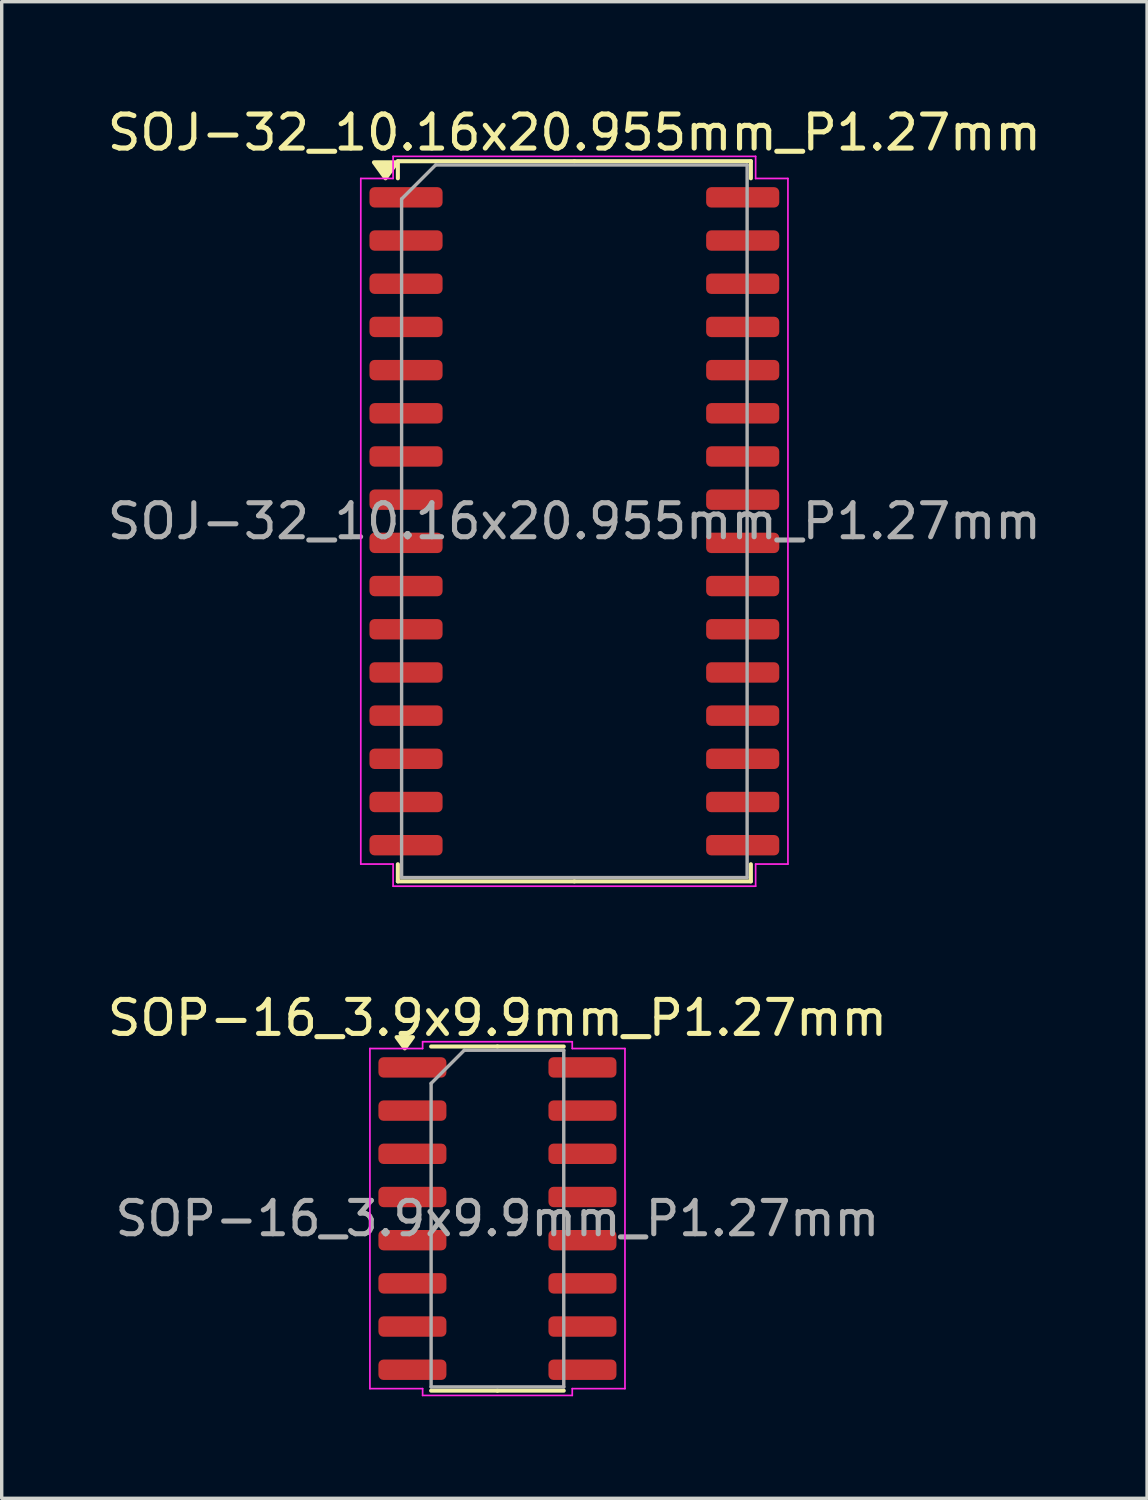
<source format=kicad_pcb>
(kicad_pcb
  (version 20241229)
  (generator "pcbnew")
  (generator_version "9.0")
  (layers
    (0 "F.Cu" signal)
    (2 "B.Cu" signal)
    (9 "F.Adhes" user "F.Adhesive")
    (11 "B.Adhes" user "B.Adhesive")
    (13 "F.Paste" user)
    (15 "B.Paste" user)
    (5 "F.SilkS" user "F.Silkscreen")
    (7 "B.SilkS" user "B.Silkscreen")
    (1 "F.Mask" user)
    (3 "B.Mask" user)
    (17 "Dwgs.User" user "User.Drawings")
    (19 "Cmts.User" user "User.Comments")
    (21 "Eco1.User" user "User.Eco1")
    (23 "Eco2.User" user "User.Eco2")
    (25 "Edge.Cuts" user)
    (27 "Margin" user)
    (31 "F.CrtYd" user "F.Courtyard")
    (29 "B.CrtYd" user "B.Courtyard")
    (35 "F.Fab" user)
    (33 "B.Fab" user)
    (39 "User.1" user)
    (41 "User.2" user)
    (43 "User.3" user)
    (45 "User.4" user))
  (footprint "SOJ-32_10.16x20.955mm_P1.27mm"
    (layer "F.Cu")
    (at 13.839 12.278)
    (property "Reference" "SOJ-32_10.16x20.955mm_P1.27mm" (at 0 -11.43 0) (layer "F.SilkS") (effects (font (size 1 1) (thickness 0.15))))
    (attr smd)
    (fp_line (start -5.19 -10.588) (end -5.19 -10.085) (stroke (width 0.12) (type solid)) (layer "F.SilkS"))
    (fp_line (start -5.19 10.588) (end -5.19 10.085) (stroke (width 0.12) (type solid)) (layer "F.SilkS"))
    (fp_line (start 0 -10.588) (end -5.19 -10.588) (stroke (width 0.12) (type solid)) (layer "F.SilkS"))
    (fp_line (start 0 -10.588) (end 5.19 -10.588) (stroke (width 0.12) (type solid)) (layer "F.SilkS"))
    (fp_line (start 0 10.588) (end -5.19 10.588) (stroke (width 0.12) (type solid)) (layer "F.SilkS"))
    (fp_line (start 0 10.588) (end 5.19 10.588) (stroke (width 0.12) (type solid)) (layer "F.SilkS"))
    (fp_line (start 5.19 -10.588) (end 5.19 -10.085) (stroke (width 0.12) (type solid)) (layer "F.SilkS"))
    (fp_line (start 5.19 10.588) (end 5.19 10.085) (stroke (width 0.12) (type solid)) (layer "F.SilkS"))
    (fp_poly (pts (xy -5.553 -10.085) (xy -5.893 -10.555) (xy -5.213 -10.555)) (stroke (width 0.12) (type solid)) (fill yes) (layer "F.SilkS"))
    (fp_line (start -6.28 -10.08) (end -5.33 -10.08) (stroke (width 0.05) (type solid)) (layer "F.CrtYd"))
    (fp_line (start -6.28 10.08) (end -6.28 -10.08) (stroke (width 0.05) (type solid)) (layer "F.CrtYd"))
    (fp_line (start -5.33 -10.73) (end 5.33 -10.73) (stroke (width 0.05) (type solid)) (layer "F.CrtYd"))
    (fp_line (start -5.33 -10.08) (end -5.33 -10.73) (stroke (width 0.05) (type solid)) (layer "F.CrtYd"))
    (fp_line (start -5.33 10.08) (end -6.28 10.08) (stroke (width 0.05) (type solid)) (layer "F.CrtYd"))
    (fp_line (start -5.33 10.73) (end -5.33 10.08) (stroke (width 0.05) (type solid)) (layer "F.CrtYd"))
    (fp_line (start 5.33 -10.73) (end 5.33 -10.08) (stroke (width 0.05) (type solid)) (layer "F.CrtYd"))
    (fp_line (start 5.33 -10.08) (end 6.28 -10.08) (stroke (width 0.05) (type solid)) (layer "F.CrtYd"))
    (fp_line (start 5.33 10.08) (end 5.33 10.73) (stroke (width 0.05) (type solid)) (layer "F.CrtYd"))
    (fp_line (start 5.33 10.73) (end -5.33 10.73) (stroke (width 0.05) (type solid)) (layer "F.CrtYd"))
    (fp_line (start 6.28 -10.08) (end 6.28 10.08) (stroke (width 0.05) (type solid)) (layer "F.CrtYd"))
    (fp_line (start 6.28 10.08) (end 5.33 10.08) (stroke (width 0.05) (type solid)) (layer "F.CrtYd"))
    (fp_line (start -5.08 -9.477) (end -4.08 -10.477) (stroke (width 0.1) (type solid)) (layer "F.Fab"))
    (fp_line (start -5.08 10.477) (end -5.08 -9.477) (stroke (width 0.1) (type solid)) (layer "F.Fab"))
    (fp_line (start -4.08 -10.477) (end 5.08 -10.477) (stroke (width 0.1) (type solid)) (layer "F.Fab"))
    (fp_line (start 5.08 -10.477) (end 5.08 10.477) (stroke (width 0.1) (type solid)) (layer "F.Fab"))
    (fp_line (start 5.08 10.477) (end -5.08 10.477) (stroke (width 0.1) (type solid)) (layer "F.Fab"))
    (fp_text user "${REFERENCE}" (at 0 0 0) (layer "F.Fab") (effects (font (size 1 1) (thickness 0.15))))
    (pad "1" smd roundrect (at -4.95 -9.525) (size 2.15 0.6) (layers "F.Cu" "F.Mask" "F.Paste") (roundrect_rratio 0.25))
    (pad "2" smd roundrect (at -4.95 -8.255) (size 2.15 0.6) (layers "F.Cu" "F.Mask" "F.Paste") (roundrect_rratio 0.25))
    (pad "3" smd roundrect (at -4.95 -6.985) (size 2.15 0.6) (layers "F.Cu" "F.Mask" "F.Paste") (roundrect_rratio 0.25))
    (pad "4" smd roundrect (at -4.95 -5.715) (size 2.15 0.6) (layers "F.Cu" "F.Mask" "F.Paste") (roundrect_rratio 0.25))
    (pad "5" smd roundrect (at -4.95 -4.445) (size 2.15 0.6) (layers "F.Cu" "F.Mask" "F.Paste") (roundrect_rratio 0.25))
    (pad "6" smd roundrect (at -4.95 -3.175) (size 2.15 0.6) (layers "F.Cu" "F.Mask" "F.Paste") (roundrect_rratio 0.25))
    (pad "7" smd roundrect (at -4.95 -1.905) (size 2.15 0.6) (layers "F.Cu" "F.Mask" "F.Paste") (roundrect_rratio 0.25))
    (pad "8" smd roundrect (at -4.95 -0.635) (size 2.15 0.6) (layers "F.Cu" "F.Mask" "F.Paste") (roundrect_rratio 0.25))
    (pad "9" smd roundrect (at -4.95 0.635) (size 2.15 0.6) (layers "F.Cu" "F.Mask" "F.Paste") (roundrect_rratio 0.25))
    (pad "10" smd roundrect (at -4.95 1.905) (size 2.15 0.6) (layers "F.Cu" "F.Mask" "F.Paste") (roundrect_rratio 0.25))
    (pad "11" smd roundrect (at -4.95 3.175) (size 2.15 0.6) (layers "F.Cu" "F.Mask" "F.Paste") (roundrect_rratio 0.25))
    (pad "12" smd roundrect (at -4.95 4.445) (size 2.15 0.6) (layers "F.Cu" "F.Mask" "F.Paste") (roundrect_rratio 0.25))
    (pad "13" smd roundrect (at -4.95 5.715) (size 2.15 0.6) (layers "F.Cu" "F.Mask" "F.Paste") (roundrect_rratio 0.25))
    (pad "14" smd roundrect (at -4.95 6.985) (size 2.15 0.6) (layers "F.Cu" "F.Mask" "F.Paste") (roundrect_rratio 0.25))
    (pad "15" smd roundrect (at -4.95 8.255) (size 2.15 0.6) (layers "F.Cu" "F.Mask" "F.Paste") (roundrect_rratio 0.25))
    (pad "16" smd roundrect (at -4.95 9.525) (size 2.15 0.6) (layers "F.Cu" "F.Mask" "F.Paste") (roundrect_rratio 0.25))
    (pad "17" smd roundrect (at 4.95 9.525) (size 2.15 0.6) (layers "F.Cu" "F.Mask" "F.Paste") (roundrect_rratio 0.25))
    (pad "18" smd roundrect (at 4.95 8.255) (size 2.15 0.6) (layers "F.Cu" "F.Mask" "F.Paste") (roundrect_rratio 0.25))
    (pad "19" smd roundrect (at 4.95 6.985) (size 2.15 0.6) (layers "F.Cu" "F.Mask" "F.Paste") (roundrect_rratio 0.25))
    (pad "20" smd roundrect (at 4.95 5.715) (size 2.15 0.6) (layers "F.Cu" "F.Mask" "F.Paste") (roundrect_rratio 0.25))
    (pad "21" smd roundrect (at 4.95 4.445) (size 2.15 0.6) (layers "F.Cu" "F.Mask" "F.Paste") (roundrect_rratio 0.25))
    (pad "22" smd roundrect (at 4.95 3.175) (size 2.15 0.6) (layers "F.Cu" "F.Mask" "F.Paste") (roundrect_rratio 0.25))
    (pad "23" smd roundrect (at 4.95 1.905) (size 2.15 0.6) (layers "F.Cu" "F.Mask" "F.Paste") (roundrect_rratio 0.25))
    (pad "24" smd roundrect (at 4.95 0.635) (size 2.15 0.6) (layers "F.Cu" "F.Mask" "F.Paste") (roundrect_rratio 0.25))
    (pad "25" smd roundrect (at 4.95 -0.635) (size 2.15 0.6) (layers "F.Cu" "F.Mask" "F.Paste") (roundrect_rratio 0.25))
    (pad "26" smd roundrect (at 4.95 -1.905) (size 2.15 0.6) (layers "F.Cu" "F.Mask" "F.Paste") (roundrect_rratio 0.25))
    (pad "27" smd roundrect (at 4.95 -3.175) (size 2.15 0.6) (layers "F.Cu" "F.Mask" "F.Paste") (roundrect_rratio 0.25))
    (pad "28" smd roundrect (at 4.95 -4.445) (size 2.15 0.6) (layers "F.Cu" "F.Mask" "F.Paste") (roundrect_rratio 0.25))
    (pad "29" smd roundrect (at 4.95 -5.715) (size 2.15 0.6) (layers "F.Cu" "F.Mask" "F.Paste") (roundrect_rratio 0.25))
    (pad "30" smd roundrect (at 4.95 -6.985) (size 2.15 0.6) (layers "F.Cu" "F.Mask" "F.Paste") (roundrect_rratio 0.25))
    (pad "31" smd roundrect (at 4.95 -8.255) (size 2.15 0.6) (layers "F.Cu" "F.Mask" "F.Paste") (roundrect_rratio 0.25))
    (pad "32" smd roundrect (at 4.95 -9.525) (size 2.15 0.6) (layers "F.Cu" "F.Mask" "F.Paste") (roundrect_rratio 0.25)))
  (footprint "SOP-16_3.9x9.9mm_P1.27mm"
    (layer "F.Cu")
    (at 11.577 32.782)
    (property "Reference" "SOP-16_3.9x9.9mm_P1.27mm" (at 0 -5.9 0) (layer "F.SilkS") (effects (font (size 1 1) (thickness 0.15))))
    (attr smd)
    (fp_line (start 0 -5.06) (end -1.95 -5.06) (stroke (width 0.12) (type solid)) (layer "F.SilkS"))
    (fp_line (start 0 -5.06) (end 1.95 -5.06) (stroke (width 0.12) (type solid)) (layer "F.SilkS"))
    (fp_line (start 0 5.06) (end -1.95 5.06) (stroke (width 0.12) (type solid)) (layer "F.SilkS"))
    (fp_line (start 0 5.06) (end 1.95 5.06) (stroke (width 0.12) (type solid)) (layer "F.SilkS"))
    (fp_poly (pts (xy -2.725 -5.005) (xy -2.965 -5.335) (xy -2.485 -5.335)) (stroke (width 0.12) (type solid)) (fill yes) (layer "F.SilkS"))
    (fp_line (start -3.75 -5) (end -2.2 -5) (stroke (width 0.05) (type solid)) (layer "F.CrtYd"))
    (fp_line (start -3.75 5) (end -3.75 -5) (stroke (width 0.05) (type solid)) (layer "F.CrtYd"))
    (fp_line (start -2.2 -5.2) (end 2.2 -5.2) (stroke (width 0.05) (type solid)) (layer "F.CrtYd"))
    (fp_line (start -2.2 -5) (end -2.2 -5.2) (stroke (width 0.05) (type solid)) (layer "F.CrtYd"))
    (fp_line (start -2.2 5) (end -3.75 5) (stroke (width 0.05) (type solid)) (layer "F.CrtYd"))
    (fp_line (start -2.2 5.2) (end -2.2 5) (stroke (width 0.05) (type solid)) (layer "F.CrtYd"))
    (fp_line (start 2.2 -5.2) (end 2.2 -5) (stroke (width 0.05) (type solid)) (layer "F.CrtYd"))
    (fp_line (start 2.2 -5) (end 3.75 -5) (stroke (width 0.05) (type solid)) (layer "F.CrtYd"))
    (fp_line (start 2.2 5) (end 2.2 5.2) (stroke (width 0.05) (type solid)) (layer "F.CrtYd"))
    (fp_line (start 2.2 5.2) (end -2.2 5.2) (stroke (width 0.05) (type solid)) (layer "F.CrtYd"))
    (fp_line (start 3.75 -5) (end 3.75 5) (stroke (width 0.05) (type solid)) (layer "F.CrtYd"))
    (fp_line (start 3.75 5) (end 2.2 5) (stroke (width 0.05) (type solid)) (layer "F.CrtYd"))
    (fp_line (start -1.95 -3.975) (end -0.975 -4.95) (stroke (width 0.1) (type solid)) (layer "F.Fab"))
    (fp_line (start -1.95 4.95) (end -1.95 -3.975) (stroke (width 0.1) (type solid)) (layer "F.Fab"))
    (fp_line (start -0.975 -4.95) (end 1.95 -4.95) (stroke (width 0.1) (type solid)) (layer "F.Fab"))
    (fp_line (start 1.95 -4.95) (end 1.95 4.95) (stroke (width 0.1) (type solid)) (layer "F.Fab"))
    (fp_line (start 1.95 4.95) (end -1.95 4.95) (stroke (width 0.1) (type solid)) (layer "F.Fab"))
    (fp_text user "${REFERENCE}" (at 0 0 0) (layer "F.Fab") (effects (font (size 0.98 0.98) (thickness 0.15))))
    (pad "1" smd roundrect (at -2.5 -4.445) (size 2 0.6) (layers "F.Cu" "F.Mask" "F.Paste") (roundrect_rratio 0.25))
    (pad "2" smd roundrect (at -2.5 -3.175) (size 2 0.6) (layers "F.Cu" "F.Mask" "F.Paste") (roundrect_rratio 0.25))
    (pad "3" smd roundrect (at -2.5 -1.905) (size 2 0.6) (layers "F.Cu" "F.Mask" "F.Paste") (roundrect_rratio 0.25))
    (pad "4" smd roundrect (at -2.5 -0.635) (size 2 0.6) (layers "F.Cu" "F.Mask" "F.Paste") (roundrect_rratio 0.25))
    (pad "5" smd roundrect (at -2.5 0.635) (size 2 0.6) (layers "F.Cu" "F.Mask" "F.Paste") (roundrect_rratio 0.25))
    (pad "6" smd roundrect (at -2.5 1.905) (size 2 0.6) (layers "F.Cu" "F.Mask" "F.Paste") (roundrect_rratio 0.25))
    (pad "7" smd roundrect (at -2.5 3.175) (size 2 0.6) (layers "F.Cu" "F.Mask" "F.Paste") (roundrect_rratio 0.25))
    (pad "8" smd roundrect (at -2.5 4.445) (size 2 0.6) (layers "F.Cu" "F.Mask" "F.Paste") (roundrect_rratio 0.25))
    (pad "9" smd roundrect (at 2.5 4.445) (size 2 0.6) (layers "F.Cu" "F.Mask" "F.Paste") (roundrect_rratio 0.25))
    (pad "10" smd roundrect (at 2.5 3.175) (size 2 0.6) (layers "F.Cu" "F.Mask" "F.Paste") (roundrect_rratio 0.25))
    (pad "11" smd roundrect (at 2.5 1.905) (size 2 0.6) (layers "F.Cu" "F.Mask" "F.Paste") (roundrect_rratio 0.25))
    (pad "12" smd roundrect (at 2.5 0.635) (size 2 0.6) (layers "F.Cu" "F.Mask" "F.Paste") (roundrect_rratio 0.25))
    (pad "13" smd roundrect (at 2.5 -0.635) (size 2 0.6) (layers "F.Cu" "F.Mask" "F.Paste") (roundrect_rratio 0.25))
    (pad "14" smd roundrect (at 2.5 -1.905) (size 2 0.6) (layers "F.Cu" "F.Mask" "F.Paste") (roundrect_rratio 0.25))
    (pad "15" smd roundrect (at 2.5 -3.175) (size 2 0.6) (layers "F.Cu" "F.Mask" "F.Paste") (roundrect_rratio 0.25))
    (pad "16" smd roundrect (at 2.5 -4.445) (size 2 0.6) (layers "F.Cu" "F.Mask" "F.Paste") (roundrect_rratio 0.25)))
  (gr_rect
    (start -3 -3)
    (end 30.679 41.007)
    (stroke (width 0.1) (type default))
    (fill no)
    (layer "Edge.Cuts")))
</source>
